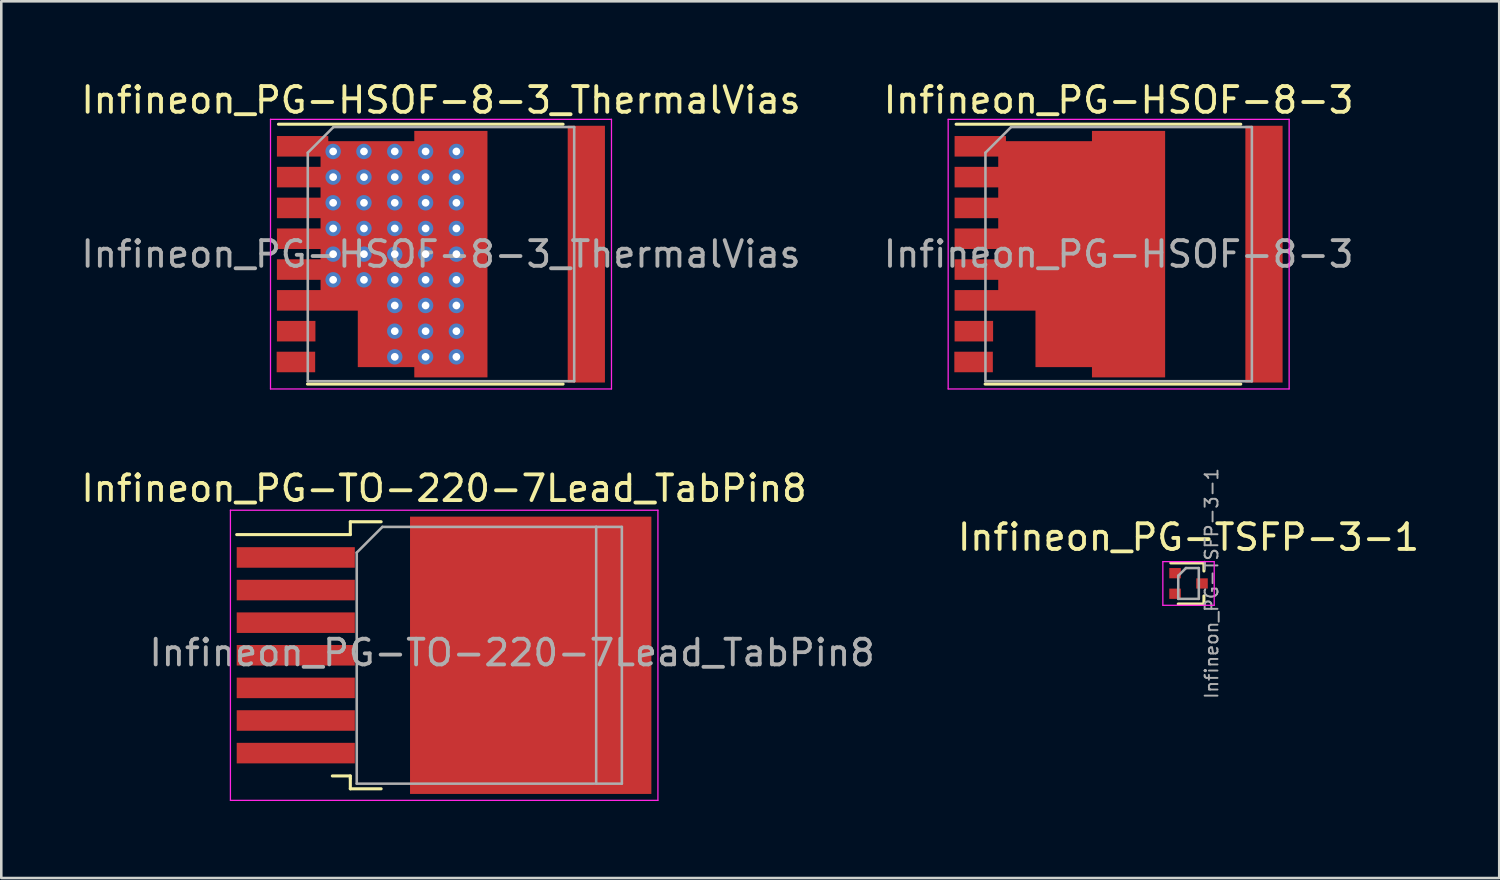
<source format=kicad_pcb>
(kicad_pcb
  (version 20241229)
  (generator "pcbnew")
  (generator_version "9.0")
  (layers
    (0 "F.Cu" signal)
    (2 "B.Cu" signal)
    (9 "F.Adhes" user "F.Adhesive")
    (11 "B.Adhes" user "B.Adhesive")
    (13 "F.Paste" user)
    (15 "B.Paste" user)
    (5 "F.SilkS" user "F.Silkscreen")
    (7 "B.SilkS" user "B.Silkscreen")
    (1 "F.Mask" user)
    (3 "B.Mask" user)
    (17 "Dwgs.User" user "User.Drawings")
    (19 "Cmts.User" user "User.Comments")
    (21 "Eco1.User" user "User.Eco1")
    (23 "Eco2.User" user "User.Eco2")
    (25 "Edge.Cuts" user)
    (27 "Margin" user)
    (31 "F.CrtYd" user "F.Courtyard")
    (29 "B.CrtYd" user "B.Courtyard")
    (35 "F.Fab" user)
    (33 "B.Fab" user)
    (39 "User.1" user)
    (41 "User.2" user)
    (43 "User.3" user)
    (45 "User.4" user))
  (footprint "Infineon_PG-HSOF-8-3"
    (layer "F.Cu")
    (at 40.518 6.848)
    (property "Reference" "Infineon_PG-HSOF-8-3" (at 0 -6 0) (layer "F.SilkS") (effects (font (size 1 1) (thickness 0.15))))
    (attr smd)
    (fp_line (start -5.2 5.06) (end 4.755 5.06) (stroke (width 0.12) (type solid)) (layer "F.SilkS"))
    (fp_line (start 4.755 -5.06) (end -6.33 -5.06) (stroke (width 0.12) (type solid)) (layer "F.SilkS"))
    (fp_line (start -6.64 5.25) (end -6.64 -5.25) (stroke (width 0.05) (type solid)) (layer "F.CrtYd"))
    (fp_line (start -6.64 5.25) (end 6.64 5.25) (stroke (width 0.05) (type solid)) (layer "F.CrtYd"))
    (fp_line (start 6.64 -5.25) (end -6.64 -5.25) (stroke (width 0.05) (type solid)) (layer "F.CrtYd"))
    (fp_line (start 6.64 -5.25) (end 6.64 5.25) (stroke (width 0.05) (type solid)) (layer "F.CrtYd"))
    (fp_line (start -5.188 4.95) (end -5.188 -3.95) (stroke (width 0.1) (type solid)) (layer "F.Fab"))
    (fp_line (start -4.188 -4.95) (end -5.188 -3.95) (stroke (width 0.1) (type solid)) (layer "F.Fab"))
    (fp_line (start -4.188 -4.95) (end 5.188 -4.95) (stroke (width 0.1) (type solid)) (layer "F.Fab"))
    (fp_line (start 5.188 -4.95) (end 5.188 4.95) (stroke (width 0.1) (type solid)) (layer "F.Fab"))
    (fp_line (start 5.188 4.95) (end -5.188 4.95) (stroke (width 0.1) (type solid)) (layer "F.Fab"))
    (fp_text user "${REFERENCE}" (at 0 0 0) (layer "F.Fab") (effects (font (size 1 1) (thickness 0.15))))
    (pad "" smd rect (at -5.44 -4.2) (size 1.8 0.8) (layers "F.Paste"))
    (pad "" smd rect (at -5.44 -3) (size 1.8 0.8) (layers "F.Paste"))
    (pad "" smd rect (at -5.44 -1.8) (size 1.8 0.8) (layers "F.Paste"))
    (pad "" smd rect (at -5.44 -0.6) (size 1.8 0.8) (layers "F.Paste"))
    (pad "" smd rect (at -5.44 0.6) (size 1.8 0.8) (layers "F.Paste"))
    (pad "" smd rect (at -5.44 1.8) (size 1.8 0.8) (layers "F.Paste"))
    (pad "" smd rect (at -3.6 -2.25) (size 0.8 4.1) (layers "F.Paste"))
    (pad "" smd rect (at -3.6 1.15) (size 0.8 1.9) (layers "F.Paste"))
    (pad "" smd rect (at -2.4 -2.25) (size 0.8 4.1) (layers "F.Paste"))
    (pad "" smd rect (at -2.4 2.25) (size 0.8 4.1) (layers "F.Paste"))
    (pad "" smd rect (at -1.2 -2.25) (size 0.8 4.1) (layers "F.Paste"))
    (pad "" smd rect (at -1.2 2.25) (size 0.8 4.1) (layers "F.Paste"))
    (pad "" smd rect (at 0 -2.45) (size 0.8 4.5) (layers "F.Paste"))
    (pad "" smd rect (at 0 2.45) (size 0.8 4.5) (layers "F.Paste"))
    (pad "" smd rect (at 1.26 -2.45) (size 0.8 4.5) (layers "F.Paste"))
    (pad "" smd rect (at 1.26 2.45) (size 0.8 4.5) (layers "F.Paste"))
    (pad "" smd rect (at 5.65 -4) (size 1.35 1.5) (layers "F.Paste"))
    (pad "" smd rect (at 5.65 4) (size 1.35 1.5) (layers "F.Paste"))
    (pad "" smd rect (at 5.66 -2) (size 1.35 1.5) (layers "F.Paste"))
    (pad "" smd rect (at 5.66 0) (size 1.35 1.5) (layers "F.Paste"))
    (pad "" smd rect (at 5.66 2) (size 1.35 1.5) (layers "F.Paste"))
    (pad "1" smd custom (at 0.385 0) (size 2.85 9.6) (layers "F.Cu" "F.Mask") (options (anchor rect)) (primitives (gr_poly (pts (xy -4.775 -4.4) (xy -1.425 -4.4) (xy -1.425 4.4) (xy -3.625 4.4) (xy -3.625 2.2) (xy -6.775 2.2) (xy -6.775 1.4) (xy -5.075 1.4) (xy -5.075 1) (xy -6.775 1) (xy -6.775 0.2) (xy -5.075 0.2) (xy -5.075 -0.2) (xy -6.775 -0.2) (xy -6.775 -1) (xy -5.075 -1) (xy -5.075 -1.4) (xy -6.775 -1.4) (xy -6.775 -2.2) (xy -5.075 -2.2) (xy -5.075 -2.6) (xy -6.775 -2.6) (xy -6.775 -3.4) (xy -5.075 -3.4) (xy -5.075 -3.8) (xy -6.775 -3.8) (xy -6.775 -4.6) (xy -4.775 -4.6)) (width 0) (fill yes))))
    (pad "2" smd rect (at -5.64 3) (size 1.5 0.8) (layers "F.Cu" "F.Mask" "F.Paste"))
    (pad "3" smd rect (at -5.65 4.2) (size 1.5 0.8) (layers "F.Cu" "F.Mask" "F.Paste"))
    (pad "4" smd rect (at 5.66 0) (size 1.45 10) (layers "F.Cu" "F.Mask")))
  (footprint "Infineon_PG-HSOF-8-3_ThermalVias"
    (layer "F.Cu")
    (at 14.125 6.848)
    (property "Reference" "Infineon_PG-HSOF-8-3_ThermalVias" (at 0 -6 0) (layer "F.SilkS") (effects (font (size 1 1) (thickness 0.15))))
    (attr smd)
    (fp_line (start -5.2 5.06) (end 4.755 5.06) (stroke (width 0.12) (type solid)) (layer "F.SilkS"))
    (fp_line (start 4.755 -5.06) (end -6.33 -5.06) (stroke (width 0.12) (type solid)) (layer "F.SilkS"))
    (fp_line (start -6.64 5.25) (end -6.64 -5.25) (stroke (width 0.05) (type solid)) (layer "F.CrtYd"))
    (fp_line (start -6.64 5.25) (end 6.64 5.25) (stroke (width 0.05) (type solid)) (layer "F.CrtYd"))
    (fp_line (start 6.64 -5.25) (end -6.64 -5.25) (stroke (width 0.05) (type solid)) (layer "F.CrtYd"))
    (fp_line (start 6.64 -5.25) (end 6.64 5.25) (stroke (width 0.05) (type solid)) (layer "F.CrtYd"))
    (fp_line (start -5.188 4.95) (end -5.188 -3.95) (stroke (width 0.1) (type solid)) (layer "F.Fab"))
    (fp_line (start -4.188 -4.95) (end -5.188 -3.95) (stroke (width 0.1) (type solid)) (layer "F.Fab"))
    (fp_line (start -4.188 -4.95) (end 5.188 -4.95) (stroke (width 0.1) (type solid)) (layer "F.Fab"))
    (fp_line (start 5.188 -4.95) (end 5.188 4.95) (stroke (width 0.1) (type solid)) (layer "F.Fab"))
    (fp_line (start 5.188 4.95) (end -5.188 4.95) (stroke (width 0.1) (type solid)) (layer "F.Fab"))
    (fp_text user "${REFERENCE}" (at 0 0 0) (layer "F.Fab") (effects (font (size 1 1) (thickness 0.15))))
    (pad "" smd rect (at -5.44 -4.2) (size 1.8 0.8) (layers "F.Paste"))
    (pad "" smd rect (at -5.44 -3) (size 1.8 0.8) (layers "F.Paste"))
    (pad "" smd rect (at -5.44 -1.8) (size 1.8 0.8) (layers "F.Paste"))
    (pad "" smd rect (at -5.44 -0.6) (size 1.8 0.8) (layers "F.Paste"))
    (pad "" smd rect (at -5.44 0.6) (size 1.8 0.8) (layers "F.Paste"))
    (pad "" smd rect (at -5.44 1.8) (size 1.8 0.8) (layers "F.Paste"))
    (pad "" smd rect (at -3.6 -2.25) (size 0.8 4.1) (layers "F.Paste"))
    (pad "" smd rect (at -3.6 1.15) (size 0.8 1.9) (layers "F.Paste"))
    (pad "" smd rect (at -2.4 -2.25) (size 0.8 4.1) (layers "F.Paste"))
    (pad "" smd rect (at -2.4 2.25) (size 0.8 4.1) (layers "F.Paste"))
    (pad "" smd rect (at -1.2 -2.25) (size 0.8 4.1) (layers "F.Paste"))
    (pad "" smd rect (at -1.2 2.25) (size 0.8 4.1) (layers "F.Paste"))
    (pad "" smd rect (at 0 -2.45) (size 0.8 4.5) (layers "F.Paste"))
    (pad "" smd rect (at 0 2.45) (size 0.8 4.5) (layers "F.Paste"))
    (pad "" smd rect (at 1.26 -2.45) (size 0.8 4.5) (layers "F.Paste"))
    (pad "" smd rect (at 1.26 2.45) (size 0.8 4.5) (layers "F.Paste"))
    (pad "" smd rect (at 5.65 -4) (size 1.35 1.5) (layers "F.Paste"))
    (pad "" smd rect (at 5.65 4) (size 1.35 1.5) (layers "F.Paste"))
    (pad "" smd rect (at 5.66 -2) (size 1.35 1.5) (layers "F.Paste"))
    (pad "" smd rect (at 5.66 0) (size 1.35 1.5) (layers "F.Paste"))
    (pad "" smd rect (at 5.66 2) (size 1.35 1.5) (layers "F.Paste"))
    (pad "1" thru_hole circle (at -4.2 -4) (size 0.6 0.6) (drill 0.3) (layers "*.Cu"))
    (pad "1" thru_hole circle (at -4.2 -3) (size 0.6 0.6) (drill 0.3) (layers "*.Cu"))
    (pad "1" thru_hole circle (at -4.2 -2) (size 0.6 0.6) (drill 0.3) (layers "*.Cu"))
    (pad "1" thru_hole circle (at -4.2 -1) (size 0.6 0.6) (drill 0.3) (layers "*.Cu"))
    (pad "1" thru_hole circle (at -4.2 0) (size 0.6 0.6) (drill 0.3) (layers "*.Cu"))
    (pad "1" thru_hole circle (at -4.2 1) (size 0.6 0.6) (drill 0.3) (layers "*.Cu"))
    (pad "1" thru_hole circle (at -3 -4) (size 0.6 0.6) (drill 0.3) (layers "*.Cu"))
    (pad "1" thru_hole circle (at -3 -3) (size 0.6 0.6) (drill 0.3) (layers "*.Cu"))
    (pad "1" thru_hole circle (at -3 -2) (size 0.6 0.6) (drill 0.3) (layers "*.Cu"))
    (pad "1" thru_hole circle (at -3 -1) (size 0.6 0.6) (drill 0.3) (layers "*.Cu"))
    (pad "1" thru_hole circle (at -3 0) (size 0.6 0.6) (drill 0.3) (layers "*.Cu"))
    (pad "1" thru_hole circle (at -3 1) (size 0.6 0.6) (drill 0.3) (layers "*.Cu"))
    (pad "1" thru_hole circle (at -1.8 -4) (size 0.6 0.6) (drill 0.3) (layers "*.Cu"))
    (pad "1" thru_hole circle (at -1.8 -3) (size 0.6 0.6) (drill 0.3) (layers "*.Cu"))
    (pad "1" thru_hole circle (at -1.8 -2) (size 0.6 0.6) (drill 0.3) (layers "*.Cu"))
    (pad "1" thru_hole circle (at -1.8 -1) (size 0.6 0.6) (drill 0.3) (layers "*.Cu"))
    (pad "1" thru_hole circle (at -1.8 0) (size 0.6 0.6) (drill 0.3) (layers "*.Cu"))
    (pad "1" thru_hole circle (at -1.8 1) (size 0.6 0.6) (drill 0.3) (layers "*.Cu"))
    (pad "1" thru_hole circle (at -1.8 2) (size 0.6 0.6) (drill 0.3) (layers "*.Cu"))
    (pad "1" thru_hole circle (at -1.8 3) (size 0.6 0.6) (drill 0.3) (layers "*.Cu"))
    (pad "1" thru_hole circle (at -1.8 4) (size 0.6 0.6) (drill 0.3) (layers "*.Cu"))
    (pad "1" thru_hole circle (at -0.6 -4) (size 0.6 0.6) (drill 0.3) (layers "*.Cu"))
    (pad "1" thru_hole circle (at -0.6 -3) (size 0.6 0.6) (drill 0.3) (layers "*.Cu"))
    (pad "1" thru_hole circle (at -0.6 -2) (size 0.6 0.6) (drill 0.3) (layers "*.Cu"))
    (pad "1" thru_hole circle (at -0.6 -1) (size 0.6 0.6) (drill 0.3) (layers "*.Cu"))
    (pad "1" thru_hole circle (at -0.6 0) (size 0.6 0.6) (drill 0.3) (layers "*.Cu"))
    (pad "1" thru_hole circle (at -0.6 1) (size 0.6 0.6) (drill 0.3) (layers "*.Cu"))
    (pad "1" thru_hole circle (at -0.6 2) (size 0.6 0.6) (drill 0.3) (layers "*.Cu"))
    (pad "1" thru_hole circle (at -0.6 3) (size 0.6 0.6) (drill 0.3) (layers "*.Cu"))
    (pad "1" thru_hole circle (at -0.6 4) (size 0.6 0.6) (drill 0.3) (layers "*.Cu"))
    (pad "1" smd custom (at 0.385 0) (size 2.85 9.6) (layers "F.Cu" "F.Mask") (options (anchor rect)) (primitives (gr_poly (pts (xy -4.775 -4.4) (xy -1.425 -4.4) (xy -1.425 4.4) (xy -3.625 4.4) (xy -3.625 2.2) (xy -6.775 2.2) (xy -6.775 1.4) (xy -5.075 1.4) (xy -5.075 1) (xy -6.775 1) (xy -6.775 0.2) (xy -5.075 0.2) (xy -5.075 -0.2) (xy -6.775 -0.2) (xy -6.775 -1) (xy -5.075 -1) (xy -5.075 -1.4) (xy -6.775 -1.4) (xy -6.775 -2.2) (xy -5.075 -2.2) (xy -5.075 -2.6) (xy -6.775 -2.6) (xy -6.775 -3.4) (xy -5.075 -3.4) (xy -5.075 -3.8) (xy -6.775 -3.8) (xy -6.775 -4.6) (xy -4.775 -4.6)) (width 0) (fill yes))))
    (pad "1" thru_hole circle (at 0.6 -4) (size 0.6 0.6) (drill 0.3) (layers "*.Cu"))
    (pad "1" thru_hole circle (at 0.6 -3) (size 0.6 0.6) (drill 0.3) (layers "*.Cu"))
    (pad "1" thru_hole circle (at 0.6 -2) (size 0.6 0.6) (drill 0.3) (layers "*.Cu"))
    (pad "1" thru_hole circle (at 0.6 -1) (size 0.6 0.6) (drill 0.3) (layers "*.Cu"))
    (pad "1" thru_hole circle (at 0.6 0) (size 0.6 0.6) (drill 0.3) (layers "*.Cu"))
    (pad "1" thru_hole circle (at 0.6 1) (size 0.6 0.6) (drill 0.3) (layers "*.Cu"))
    (pad "1" thru_hole circle (at 0.6 2) (size 0.6 0.6) (drill 0.3) (layers "*.Cu"))
    (pad "1" thru_hole circle (at 0.6 3) (size 0.6 0.6) (drill 0.3) (layers "*.Cu"))
    (pad "1" thru_hole circle (at 0.6 4) (size 0.6 0.6) (drill 0.3) (layers "*.Cu"))
    (pad "2" smd rect (at -5.64 3) (size 1.5 0.8) (layers "F.Cu" "F.Mask" "F.Paste"))
    (pad "3" smd rect (at -5.65 4.2) (size 1.5 0.8) (layers "F.Cu" "F.Mask" "F.Paste"))
    (pad "4" smd rect (at 5.66 0) (size 1.45 10) (layers "F.Cu" "F.Mask")))
  (footprint "Infineon_PG-TO-220-7Lead_TabPin8"
    (layer "F.Cu")
    (at 14.244 22.471)
    (property "Reference" "Infineon_PG-TO-220-7Lead_TabPin8" (at 0 -6.5 0) (layer "F.SilkS") (effects (font (size 1 1) (thickness 0.15))))
    (attr smd)
    (fp_line (start -8.075 -4.7) (end -3.65 -4.7) (stroke (width 0.12) (type solid)) (layer "F.SilkS"))
    (fp_line (start -4.35 4.7) (end -3.65 4.7) (stroke (width 0.12) (type solid)) (layer "F.SilkS"))
    (fp_line (start -3.65 -5.2) (end -2.45 -5.2) (stroke (width 0.12) (type solid)) (layer "F.SilkS"))
    (fp_line (start -3.65 -4.7) (end -3.65 -5.2) (stroke (width 0.12) (type solid)) (layer "F.SilkS"))
    (fp_line (start -3.65 4.7) (end -3.65 4.8) (stroke (width 0.12) (type solid)) (layer "F.SilkS"))
    (fp_line (start -3.65 5.2) (end -3.65 4.8) (stroke (width 0.12) (type solid)) (layer "F.SilkS"))
    (fp_line (start -2.45 5.2) (end -3.65 5.2) (stroke (width 0.12) (type solid)) (layer "F.SilkS"))
    (fp_line (start -8.32 -5.65) (end -8.32 5.65) (stroke (width 0.05) (type solid)) (layer "F.CrtYd"))
    (fp_line (start -8.32 -5.65) (end 8.33 -5.65) (stroke (width 0.05) (type solid)) (layer "F.CrtYd"))
    (fp_line (start 8.33 5.65) (end -8.32 5.65) (stroke (width 0.05) (type solid)) (layer "F.CrtYd"))
    (fp_line (start 8.33 5.65) (end 8.33 -5.65) (stroke (width 0.05) (type solid)) (layer "F.CrtYd"))
    (fp_line (start -3.4 -4) (end -3.4 5) (stroke (width 0.1) (type solid)) (layer "F.Fab"))
    (fp_line (start -3.4 -4) (end -2.4 -5) (stroke (width 0.1) (type solid)) (layer "F.Fab"))
    (fp_line (start -3.4 5) (end 5.85 5) (stroke (width 0.1) (type solid)) (layer "F.Fab"))
    (fp_line (start -2.4 -5) (end 5.925 -5) (stroke (width 0.1) (type solid)) (layer "F.Fab"))
    (fp_line (start 5.925 -5) (end 5.925 5) (stroke (width 0.1) (type solid)) (layer "F.Fab"))
    (fp_line (start 5.925 -5) (end 6.925 -5) (stroke (width 0.1) (type solid)) (layer "F.Fab"))
    (fp_line (start 5.925 5) (end 6.925 5) (stroke (width 0.1) (type solid)) (layer "F.Fab"))
    (fp_line (start 6.925 -5) (end 6.925 5) (stroke (width 0.1) (type solid)) (layer "F.Fab"))
    (fp_text user "${REFERENCE}" (at 2.65 -0.1 0) (layer "F.Fab") (effects (font (size 1 1) (thickness 0.15))))
    (pad "" smd rect (at 1 -2.75) (size 4.6 5.3) (layers "F.Paste"))
    (pad "" smd rect (at 1 2.75) (size 4.6 5.3) (layers "F.Paste"))
    (pad "" smd rect (at 5.75 -2.75) (size 4.6 5.3) (layers "F.Paste"))
    (pad "" smd rect (at 5.75 2.75) (size 4.6 5.3) (layers "F.Paste"))
    (pad "1" smd rect (at -5.775 -3.81) (size 4.6 0.8) (layers "F.Cu" "F.Mask" "F.Paste"))
    (pad "2" smd rect (at -5.775 -2.54) (size 4.6 0.8) (layers "F.Cu" "F.Mask" "F.Paste"))
    (pad "3" smd rect (at -5.775 -1.27) (size 4.6 0.8) (layers "F.Cu" "F.Mask" "F.Paste"))
    (pad "4" smd rect (at -5.775 0) (size 4.6 0.8) (layers "F.Cu" "F.Mask" "F.Paste"))
    (pad "5" smd rect (at -5.775 1.27) (size 4.6 0.8) (layers "F.Cu" "F.Mask" "F.Paste"))
    (pad "6" smd rect (at -5.775 2.54) (size 4.6 0.8) (layers "F.Cu" "F.Mask" "F.Paste"))
    (pad "7" smd rect (at -5.775 3.81) (size 4.6 0.8) (layers "F.Cu" "F.Mask" "F.Paste"))
    (pad "8" smd rect (at 3.375 0) (size 9.4 10.8) (layers "F.Cu" "F.Mask")))
  (footprint "Infineon_PG-TSFP-3-1"
    (layer "F.Cu")
    (at 43.239 19.674)
    (property "Reference" "Infineon_PG-TSFP-3-1" (at 0 -1.8 0) (layer "F.SilkS") (effects (font (size 1 1) (thickness 0.15))))
    (attr smd)
    (fp_line (start -0.69 -0.8) (end 0.6 -0.8) (stroke (width 0.12) (type solid)) (layer "F.SilkS"))
    (fp_line (start 0.6 -0.8) (end 0.6 -0.485) (stroke (width 0.12) (type solid)) (layer "F.SilkS"))
    (fp_line (start 0.6 0.485) (end 0.6 0.8) (stroke (width 0.12) (type solid)) (layer "F.SilkS"))
    (fp_line (start 0.6 0.8) (end -0.4 0.8) (stroke (width 0.12) (type solid)) (layer "F.SilkS"))
    (fp_line (start -1 -0.85) (end 1 -0.85) (stroke (width 0.05) (type solid)) (layer "F.CrtYd"))
    (fp_line (start -1 0.85) (end -1 -0.85) (stroke (width 0.05) (type solid)) (layer "F.CrtYd"))
    (fp_line (start 1 -0.85) (end 1 0.85) (stroke (width 0.05) (type solid)) (layer "F.CrtYd"))
    (fp_line (start 1 0.85) (end -1 0.85) (stroke (width 0.05) (type solid)) (layer "F.CrtYd"))
    (fp_line (start -0.4 -0.3) (end -0.1 -0.6) (stroke (width 0.1) (type solid)) (layer "F.Fab"))
    (fp_line (start -0.4 0.6) (end -0.4 -0.3) (stroke (width 0.1) (type solid)) (layer "F.Fab"))
    (fp_line (start -0.1 -0.6) (end 0.4 -0.6) (stroke (width 0.1) (type solid)) (layer "F.Fab"))
    (fp_line (start 0.4 -0.6) (end 0.4 0.6) (stroke (width 0.1) (type solid)) (layer "F.Fab"))
    (fp_line (start 0.4 0.6) (end -0.4 0.6) (stroke (width 0.1) (type solid)) (layer "F.Fab"))
    (fp_text user "${REFERENCE}" (at 0.9 0 90) (layer "F.Fab") (effects (font (size 0.5 0.5) (thickness 0.075))))
    (pad "1" smd rect (at -0.525 -0.4 270) (size 0.4 0.45) (layers "F.Cu" "F.Mask" "F.Paste"))
    (pad "2" smd rect (at -0.525 0.4 270) (size 0.4 0.45) (layers "F.Cu" "F.Mask" "F.Paste"))
    (pad "3" smd rect (at 0.525 0 270) (size 0.4 0.45) (layers "F.Cu" "F.Mask" "F.Paste")))
  (gr_rect
    (start -3 -3)
    (end 55.34 31.146)
    (stroke (width 0.1) (type default))
    (fill no)
    (layer "Edge.Cuts")))
</source>
